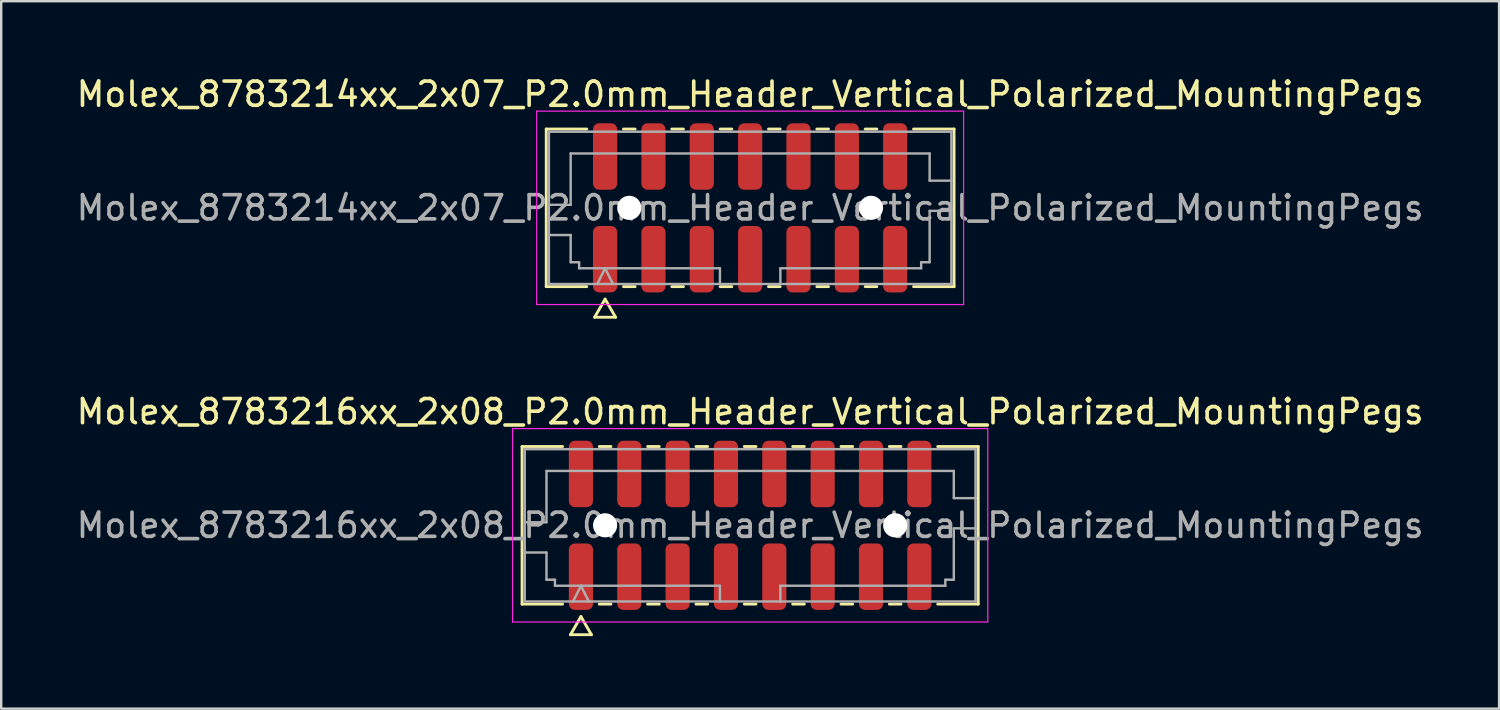
<source format=kicad_pcb>
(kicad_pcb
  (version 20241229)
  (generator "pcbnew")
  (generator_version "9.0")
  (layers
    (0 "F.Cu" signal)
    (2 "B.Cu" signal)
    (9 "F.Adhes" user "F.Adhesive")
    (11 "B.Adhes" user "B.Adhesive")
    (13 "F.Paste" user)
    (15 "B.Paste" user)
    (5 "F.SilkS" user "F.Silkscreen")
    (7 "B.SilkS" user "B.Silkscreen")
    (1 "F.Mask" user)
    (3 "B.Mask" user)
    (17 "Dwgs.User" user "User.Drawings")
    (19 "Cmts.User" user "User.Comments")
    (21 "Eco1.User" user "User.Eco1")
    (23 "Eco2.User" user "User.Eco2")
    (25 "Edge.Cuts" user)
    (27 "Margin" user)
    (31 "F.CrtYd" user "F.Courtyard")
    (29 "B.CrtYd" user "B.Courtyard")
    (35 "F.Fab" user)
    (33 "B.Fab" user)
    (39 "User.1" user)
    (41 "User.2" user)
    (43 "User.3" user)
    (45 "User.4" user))
  (footprint "Molex_8783214xx_2x07_P2.0mm_Header_Vertical_Polarized_MountingPegs"
    (layer "F.Cu")
    (at 27.982 5.548)
    (property "Reference" "Molex_8783214xx_2x07_P2.0mm_Header_Vertical_Polarized_MountingPegs" (at 0 -4.7 0) (layer "F.SilkS") (effects (font (size 1 1) (thickness 0.15))))
    (attr smd)
    (fp_line (start -8.435 -3.26) (end -6.76 -3.26) (stroke (width 0.12) (type solid)) (layer "F.SilkS"))
    (fp_line (start -8.435 3.26) (end -8.435 -3.26) (stroke (width 0.12) (type solid)) (layer "F.SilkS"))
    (fp_line (start -6.76 3.26) (end -8.435 3.26) (stroke (width 0.12) (type solid)) (layer "F.SilkS"))
    (fp_line (start -6.433 4.525) (end -6 3.775) (stroke (width 0.12) (type solid)) (layer "F.SilkS"))
    (fp_line (start -6 3.775) (end -5.567 4.525) (stroke (width 0.12) (type solid)) (layer "F.SilkS"))
    (fp_line (start -5.567 4.525) (end -6.433 4.525) (stroke (width 0.12) (type solid)) (layer "F.SilkS"))
    (fp_line (start -5.24 -3.26) (end -4.76 -3.26) (stroke (width 0.12) (type solid)) (layer "F.SilkS"))
    (fp_line (start -4.76 3.26) (end -5.24 3.26) (stroke (width 0.12) (type solid)) (layer "F.SilkS"))
    (fp_line (start -3.24 -3.26) (end -2.76 -3.26) (stroke (width 0.12) (type solid)) (layer "F.SilkS"))
    (fp_line (start -2.76 3.26) (end -3.24 3.26) (stroke (width 0.12) (type solid)) (layer "F.SilkS"))
    (fp_line (start -1.24 -3.26) (end -0.76 -3.26) (stroke (width 0.12) (type solid)) (layer "F.SilkS"))
    (fp_line (start -0.76 3.26) (end -1.24 3.26) (stroke (width 0.12) (type solid)) (layer "F.SilkS"))
    (fp_line (start 0.76 -3.26) (end 1.24 -3.26) (stroke (width 0.12) (type solid)) (layer "F.SilkS"))
    (fp_line (start 1.24 3.26) (end 0.76 3.26) (stroke (width 0.12) (type solid)) (layer "F.SilkS"))
    (fp_line (start 2.76 -3.26) (end 3.24 -3.26) (stroke (width 0.12) (type solid)) (layer "F.SilkS"))
    (fp_line (start 3.24 3.26) (end 2.76 3.26) (stroke (width 0.12) (type solid)) (layer "F.SilkS"))
    (fp_line (start 4.76 -3.26) (end 5.24 -3.26) (stroke (width 0.12) (type solid)) (layer "F.SilkS"))
    (fp_line (start 5.24 3.26) (end 4.76 3.26) (stroke (width 0.12) (type solid)) (layer "F.SilkS"))
    (fp_line (start 6.76 -3.26) (end 8.435 -3.26) (stroke (width 0.12) (type solid)) (layer "F.SilkS"))
    (fp_line (start 8.435 -3.26) (end 8.435 3.26) (stroke (width 0.12) (type solid)) (layer "F.SilkS"))
    (fp_line (start 8.435 3.26) (end 6.76 3.26) (stroke (width 0.12) (type solid)) (layer "F.SilkS"))
    (fp_line (start -8.83 -4) (end -8.83 4) (stroke (width 0.05) (type solid)) (layer "F.CrtYd"))
    (fp_line (start -8.83 4) (end 8.83 4) (stroke (width 0.05) (type solid)) (layer "F.CrtYd"))
    (fp_line (start 8.83 -4) (end -8.83 -4) (stroke (width 0.05) (type solid)) (layer "F.CrtYd"))
    (fp_line (start 8.83 4) (end 8.83 -4) (stroke (width 0.05) (type solid)) (layer "F.CrtYd"))
    (fp_line (start -8.325 -3.15) (end 8.325 -3.15) (stroke (width 0.1) (type solid)) (layer "F.Fab"))
    (fp_line (start -8.325 -0.125) (end -7.425 -0.125) (stroke (width 0.1) (type solid)) (layer "F.Fab"))
    (fp_line (start -8.325 1.125) (end -7.425 1.125) (stroke (width 0.1) (type solid)) (layer "F.Fab"))
    (fp_line (start -8.325 3.15) (end -8.325 -3.15) (stroke (width 0.1) (type solid)) (layer "F.Fab"))
    (fp_line (start -7.425 -2.25) (end 7.425 -2.25) (stroke (width 0.1) (type solid)) (layer "F.Fab"))
    (fp_line (start -7.425 -0.125) (end -7.425 -2.25) (stroke (width 0.1) (type solid)) (layer "F.Fab"))
    (fp_line (start -7.425 1.125) (end -7.425 2.25) (stroke (width 0.1) (type solid)) (layer "F.Fab"))
    (fp_line (start -7.425 2.25) (end -7.075 2.25) (stroke (width 0.1) (type solid)) (layer "F.Fab"))
    (fp_line (start -7.075 2.25) (end -7.075 2.5) (stroke (width 0.1) (type solid)) (layer "F.Fab"))
    (fp_line (start -7.075 2.5) (end -1.25 2.5) (stroke (width 0.1) (type solid)) (layer "F.Fab"))
    (fp_line (start -6.325 3.15) (end -6 2.5) (stroke (width 0.1) (type solid)) (layer "F.Fab"))
    (fp_line (start -6 2.5) (end -5.675 3.15) (stroke (width 0.1) (type solid)) (layer "F.Fab"))
    (fp_line (start -1.25 2.5) (end -1.25 3.15) (stroke (width 0.1) (type solid)) (layer "F.Fab"))
    (fp_line (start 1.25 2.5) (end 1.25 3.15) (stroke (width 0.1) (type solid)) (layer "F.Fab"))
    (fp_line (start 1.25 2.5) (end 7.075 2.5) (stroke (width 0.1) (type solid)) (layer "F.Fab"))
    (fp_line (start 7.075 2.25) (end 7.425 2.25) (stroke (width 0.1) (type solid)) (layer "F.Fab"))
    (fp_line (start 7.075 2.5) (end 7.075 2.25) (stroke (width 0.1) (type solid)) (layer "F.Fab"))
    (fp_line (start 7.425 -2.25) (end 7.425 -1.125) (stroke (width 0.1) (type solid)) (layer "F.Fab"))
    (fp_line (start 7.425 -1.125) (end 8.325 -1.125) (stroke (width 0.1) (type solid)) (layer "F.Fab"))
    (fp_line (start 7.425 0.125) (end 8.325 0.125) (stroke (width 0.1) (type solid)) (layer "F.Fab"))
    (fp_line (start 7.425 2.25) (end 7.425 0.125) (stroke (width 0.1) (type solid)) (layer "F.Fab"))
    (fp_line (start 8.325 -3.15) (end 8.325 3.15) (stroke (width 0.1) (type solid)) (layer "F.Fab"))
    (fp_line (start 8.325 3.15) (end -8.325 3.15) (stroke (width 0.1) (type solid)) (layer "F.Fab"))
    (fp_text user "${REFERENCE}" (at 0 0 0) (layer "F.Fab") (effects (font (size 1 1) (thickness 0.15))))
    (pad "" np_thru_hole circle (at -5 0) (size 1 1) (drill 1) (layers "*.Cu" "*.Mask"))
    (pad "" np_thru_hole circle (at 5 0) (size 1 1) (drill 1) (layers "*.Cu" "*.Mask"))
    (pad "1" smd roundrect (at -6 2.125) (size 1 2.75) (layers "F.Cu" "F.Mask" "F.Paste") (roundrect_rratio 0.25))
    (pad "2" smd roundrect (at -6 -2.125) (size 1 2.75) (layers "F.Cu" "F.Mask" "F.Paste") (roundrect_rratio 0.25))
    (pad "3" smd roundrect (at -4 2.125) (size 1 2.75) (layers "F.Cu" "F.Mask" "F.Paste") (roundrect_rratio 0.25))
    (pad "4" smd roundrect (at -4 -2.125) (size 1 2.75) (layers "F.Cu" "F.Mask" "F.Paste") (roundrect_rratio 0.25))
    (pad "5" smd roundrect (at -2 2.125) (size 1 2.75) (layers "F.Cu" "F.Mask" "F.Paste") (roundrect_rratio 0.25))
    (pad "6" smd roundrect (at -2 -2.125) (size 1 2.75) (layers "F.Cu" "F.Mask" "F.Paste") (roundrect_rratio 0.25))
    (pad "7" smd roundrect (at 0 2.125) (size 1 2.75) (layers "F.Cu" "F.Mask" "F.Paste") (roundrect_rratio 0.25))
    (pad "8" smd roundrect (at 0 -2.125) (size 1 2.75) (layers "F.Cu" "F.Mask" "F.Paste") (roundrect_rratio 0.25))
    (pad "9" smd roundrect (at 2 2.125) (size 1 2.75) (layers "F.Cu" "F.Mask" "F.Paste") (roundrect_rratio 0.25))
    (pad "10" smd roundrect (at 2 -2.125) (size 1 2.75) (layers "F.Cu" "F.Mask" "F.Paste") (roundrect_rratio 0.25))
    (pad "11" smd roundrect (at 4 2.125) (size 1 2.75) (layers "F.Cu" "F.Mask" "F.Paste") (roundrect_rratio 0.25))
    (pad "12" smd roundrect (at 4 -2.125) (size 1 2.75) (layers "F.Cu" "F.Mask" "F.Paste") (roundrect_rratio 0.25))
    (pad "13" smd roundrect (at 6 2.125) (size 1 2.75) (layers "F.Cu" "F.Mask" "F.Paste") (roundrect_rratio 0.25))
    (pad "14" smd roundrect (at 6 -2.125) (size 1 2.75) (layers "F.Cu" "F.Mask" "F.Paste") (roundrect_rratio 0.25)))
  (footprint "Molex_8783216xx_2x08_P2.0mm_Header_Vertical_Polarized_MountingPegs"
    (layer "F.Cu")
    (at 27.982 18.681)
    (property "Reference" "Molex_8783216xx_2x08_P2.0mm_Header_Vertical_Polarized_MountingPegs" (at 0 -4.7 0) (layer "F.SilkS") (effects (font (size 1 1) (thickness 0.15))))
    (attr smd)
    (fp_line (start -9.435 -3.26) (end -7.76 -3.26) (stroke (width 0.12) (type solid)) (layer "F.SilkS"))
    (fp_line (start -9.435 3.26) (end -9.435 -3.26) (stroke (width 0.12) (type solid)) (layer "F.SilkS"))
    (fp_line (start -7.76 3.26) (end -9.435 3.26) (stroke (width 0.12) (type solid)) (layer "F.SilkS"))
    (fp_line (start -7.433 4.525) (end -7 3.775) (stroke (width 0.12) (type solid)) (layer "F.SilkS"))
    (fp_line (start -7 3.775) (end -6.567 4.525) (stroke (width 0.12) (type solid)) (layer "F.SilkS"))
    (fp_line (start -6.567 4.525) (end -7.433 4.525) (stroke (width 0.12) (type solid)) (layer "F.SilkS"))
    (fp_line (start -6.24 -3.26) (end -5.76 -3.26) (stroke (width 0.12) (type solid)) (layer "F.SilkS"))
    (fp_line (start -5.76 3.26) (end -6.24 3.26) (stroke (width 0.12) (type solid)) (layer "F.SilkS"))
    (fp_line (start -4.24 -3.26) (end -3.76 -3.26) (stroke (width 0.12) (type solid)) (layer "F.SilkS"))
    (fp_line (start -3.76 3.26) (end -4.24 3.26) (stroke (width 0.12) (type solid)) (layer "F.SilkS"))
    (fp_line (start -2.24 -3.26) (end -1.76 -3.26) (stroke (width 0.12) (type solid)) (layer "F.SilkS"))
    (fp_line (start -1.76 3.26) (end -2.24 3.26) (stroke (width 0.12) (type solid)) (layer "F.SilkS"))
    (fp_line (start -0.24 -3.26) (end 0.24 -3.26) (stroke (width 0.12) (type solid)) (layer "F.SilkS"))
    (fp_line (start 0.24 3.26) (end -0.24 3.26) (stroke (width 0.12) (type solid)) (layer "F.SilkS"))
    (fp_line (start 1.76 -3.26) (end 2.24 -3.26) (stroke (width 0.12) (type solid)) (layer "F.SilkS"))
    (fp_line (start 2.24 3.26) (end 1.76 3.26) (stroke (width 0.12) (type solid)) (layer "F.SilkS"))
    (fp_line (start 3.76 -3.26) (end 4.24 -3.26) (stroke (width 0.12) (type solid)) (layer "F.SilkS"))
    (fp_line (start 4.24 3.26) (end 3.76 3.26) (stroke (width 0.12) (type solid)) (layer "F.SilkS"))
    (fp_line (start 5.76 -3.26) (end 6.24 -3.26) (stroke (width 0.12) (type solid)) (layer "F.SilkS"))
    (fp_line (start 6.24 3.26) (end 5.76 3.26) (stroke (width 0.12) (type solid)) (layer "F.SilkS"))
    (fp_line (start 7.76 -3.26) (end 9.435 -3.26) (stroke (width 0.12) (type solid)) (layer "F.SilkS"))
    (fp_line (start 9.435 -3.26) (end 9.435 3.26) (stroke (width 0.12) (type solid)) (layer "F.SilkS"))
    (fp_line (start 9.435 3.26) (end 7.76 3.26) (stroke (width 0.12) (type solid)) (layer "F.SilkS"))
    (fp_line (start -9.83 -4) (end -9.83 4) (stroke (width 0.05) (type solid)) (layer "F.CrtYd"))
    (fp_line (start -9.83 4) (end 9.83 4) (stroke (width 0.05) (type solid)) (layer "F.CrtYd"))
    (fp_line (start 9.83 -4) (end -9.83 -4) (stroke (width 0.05) (type solid)) (layer "F.CrtYd"))
    (fp_line (start 9.83 4) (end 9.83 -4) (stroke (width 0.05) (type solid)) (layer "F.CrtYd"))
    (fp_line (start -9.325 -3.15) (end 9.325 -3.15) (stroke (width 0.1) (type solid)) (layer "F.Fab"))
    (fp_line (start -9.325 -0.125) (end -8.425 -0.125) (stroke (width 0.1) (type solid)) (layer "F.Fab"))
    (fp_line (start -9.325 1.125) (end -8.425 1.125) (stroke (width 0.1) (type solid)) (layer "F.Fab"))
    (fp_line (start -9.325 3.15) (end -9.325 -3.15) (stroke (width 0.1) (type solid)) (layer "F.Fab"))
    (fp_line (start -8.425 -2.25) (end 8.425 -2.25) (stroke (width 0.1) (type solid)) (layer "F.Fab"))
    (fp_line (start -8.425 -0.125) (end -8.425 -2.25) (stroke (width 0.1) (type solid)) (layer "F.Fab"))
    (fp_line (start -8.425 1.125) (end -8.425 2.25) (stroke (width 0.1) (type solid)) (layer "F.Fab"))
    (fp_line (start -8.425 2.25) (end -8.075 2.25) (stroke (width 0.1) (type solid)) (layer "F.Fab"))
    (fp_line (start -8.075 2.25) (end -8.075 2.5) (stroke (width 0.1) (type solid)) (layer "F.Fab"))
    (fp_line (start -8.075 2.5) (end -1.25 2.5) (stroke (width 0.1) (type solid)) (layer "F.Fab"))
    (fp_line (start -7.325 3.15) (end -7 2.5) (stroke (width 0.1) (type solid)) (layer "F.Fab"))
    (fp_line (start -7 2.5) (end -6.675 3.15) (stroke (width 0.1) (type solid)) (layer "F.Fab"))
    (fp_line (start -1.25 2.5) (end -1.25 3.15) (stroke (width 0.1) (type solid)) (layer "F.Fab"))
    (fp_line (start 1.25 2.5) (end 1.25 3.15) (stroke (width 0.1) (type solid)) (layer "F.Fab"))
    (fp_line (start 1.25 2.5) (end 8.075 2.5) (stroke (width 0.1) (type solid)) (layer "F.Fab"))
    (fp_line (start 8.075 2.25) (end 8.425 2.25) (stroke (width 0.1) (type solid)) (layer "F.Fab"))
    (fp_line (start 8.075 2.5) (end 8.075 2.25) (stroke (width 0.1) (type solid)) (layer "F.Fab"))
    (fp_line (start 8.425 -2.25) (end 8.425 -1.125) (stroke (width 0.1) (type solid)) (layer "F.Fab"))
    (fp_line (start 8.425 -1.125) (end 9.325 -1.125) (stroke (width 0.1) (type solid)) (layer "F.Fab"))
    (fp_line (start 8.425 0.125) (end 9.325 0.125) (stroke (width 0.1) (type solid)) (layer "F.Fab"))
    (fp_line (start 8.425 2.25) (end 8.425 0.125) (stroke (width 0.1) (type solid)) (layer "F.Fab"))
    (fp_line (start 9.325 -3.15) (end 9.325 3.15) (stroke (width 0.1) (type solid)) (layer "F.Fab"))
    (fp_line (start 9.325 3.15) (end -9.325 3.15) (stroke (width 0.1) (type solid)) (layer "F.Fab"))
    (fp_text user "${REFERENCE}" (at 0 0 0) (layer "F.Fab") (effects (font (size 1 1) (thickness 0.15))))
    (pad "" np_thru_hole circle (at -6 0) (size 1 1) (drill 1) (layers "*.Cu" "*.Mask"))
    (pad "" np_thru_hole circle (at 6 0) (size 1 1) (drill 1) (layers "*.Cu" "*.Mask"))
    (pad "1" smd roundrect (at -7 2.125) (size 1 2.75) (layers "F.Cu" "F.Mask" "F.Paste") (roundrect_rratio 0.25))
    (pad "2" smd roundrect (at -7 -2.125) (size 1 2.75) (layers "F.Cu" "F.Mask" "F.Paste") (roundrect_rratio 0.25))
    (pad "3" smd roundrect (at -5 2.125) (size 1 2.75) (layers "F.Cu" "F.Mask" "F.Paste") (roundrect_rratio 0.25))
    (pad "4" smd roundrect (at -5 -2.125) (size 1 2.75) (layers "F.Cu" "F.Mask" "F.Paste") (roundrect_rratio 0.25))
    (pad "5" smd roundrect (at -3 2.125) (size 1 2.75) (layers "F.Cu" "F.Mask" "F.Paste") (roundrect_rratio 0.25))
    (pad "6" smd roundrect (at -3 -2.125) (size 1 2.75) (layers "F.Cu" "F.Mask" "F.Paste") (roundrect_rratio 0.25))
    (pad "7" smd roundrect (at -1 2.125) (size 1 2.75) (layers "F.Cu" "F.Mask" "F.Paste") (roundrect_rratio 0.25))
    (pad "8" smd roundrect (at -1 -2.125) (size 1 2.75) (layers "F.Cu" "F.Mask" "F.Paste") (roundrect_rratio 0.25))
    (pad "9" smd roundrect (at 1 2.125) (size 1 2.75) (layers "F.Cu" "F.Mask" "F.Paste") (roundrect_rratio 0.25))
    (pad "10" smd roundrect (at 1 -2.125) (size 1 2.75) (layers "F.Cu" "F.Mask" "F.Paste") (roundrect_rratio 0.25))
    (pad "11" smd roundrect (at 3 2.125) (size 1 2.75) (layers "F.Cu" "F.Mask" "F.Paste") (roundrect_rratio 0.25))
    (pad "12" smd roundrect (at 3 -2.125) (size 1 2.75) (layers "F.Cu" "F.Mask" "F.Paste") (roundrect_rratio 0.25))
    (pad "13" smd roundrect (at 5 2.125) (size 1 2.75) (layers "F.Cu" "F.Mask" "F.Paste") (roundrect_rratio 0.25))
    (pad "14" smd roundrect (at 5 -2.125) (size 1 2.75) (layers "F.Cu" "F.Mask" "F.Paste") (roundrect_rratio 0.25))
    (pad "15" smd roundrect (at 7 2.125) (size 1 2.75) (layers "F.Cu" "F.Mask" "F.Paste") (roundrect_rratio 0.25))
    (pad "16" smd roundrect (at 7 -2.125) (size 1 2.75) (layers "F.Cu" "F.Mask" "F.Paste") (roundrect_rratio 0.25)))
  (gr_rect
    (start -3 -3)
    (end 58.964 26.267)
    (stroke (width 0.1) (type default))
    (fill no)
    (layer "Edge.Cuts")))
</source>
